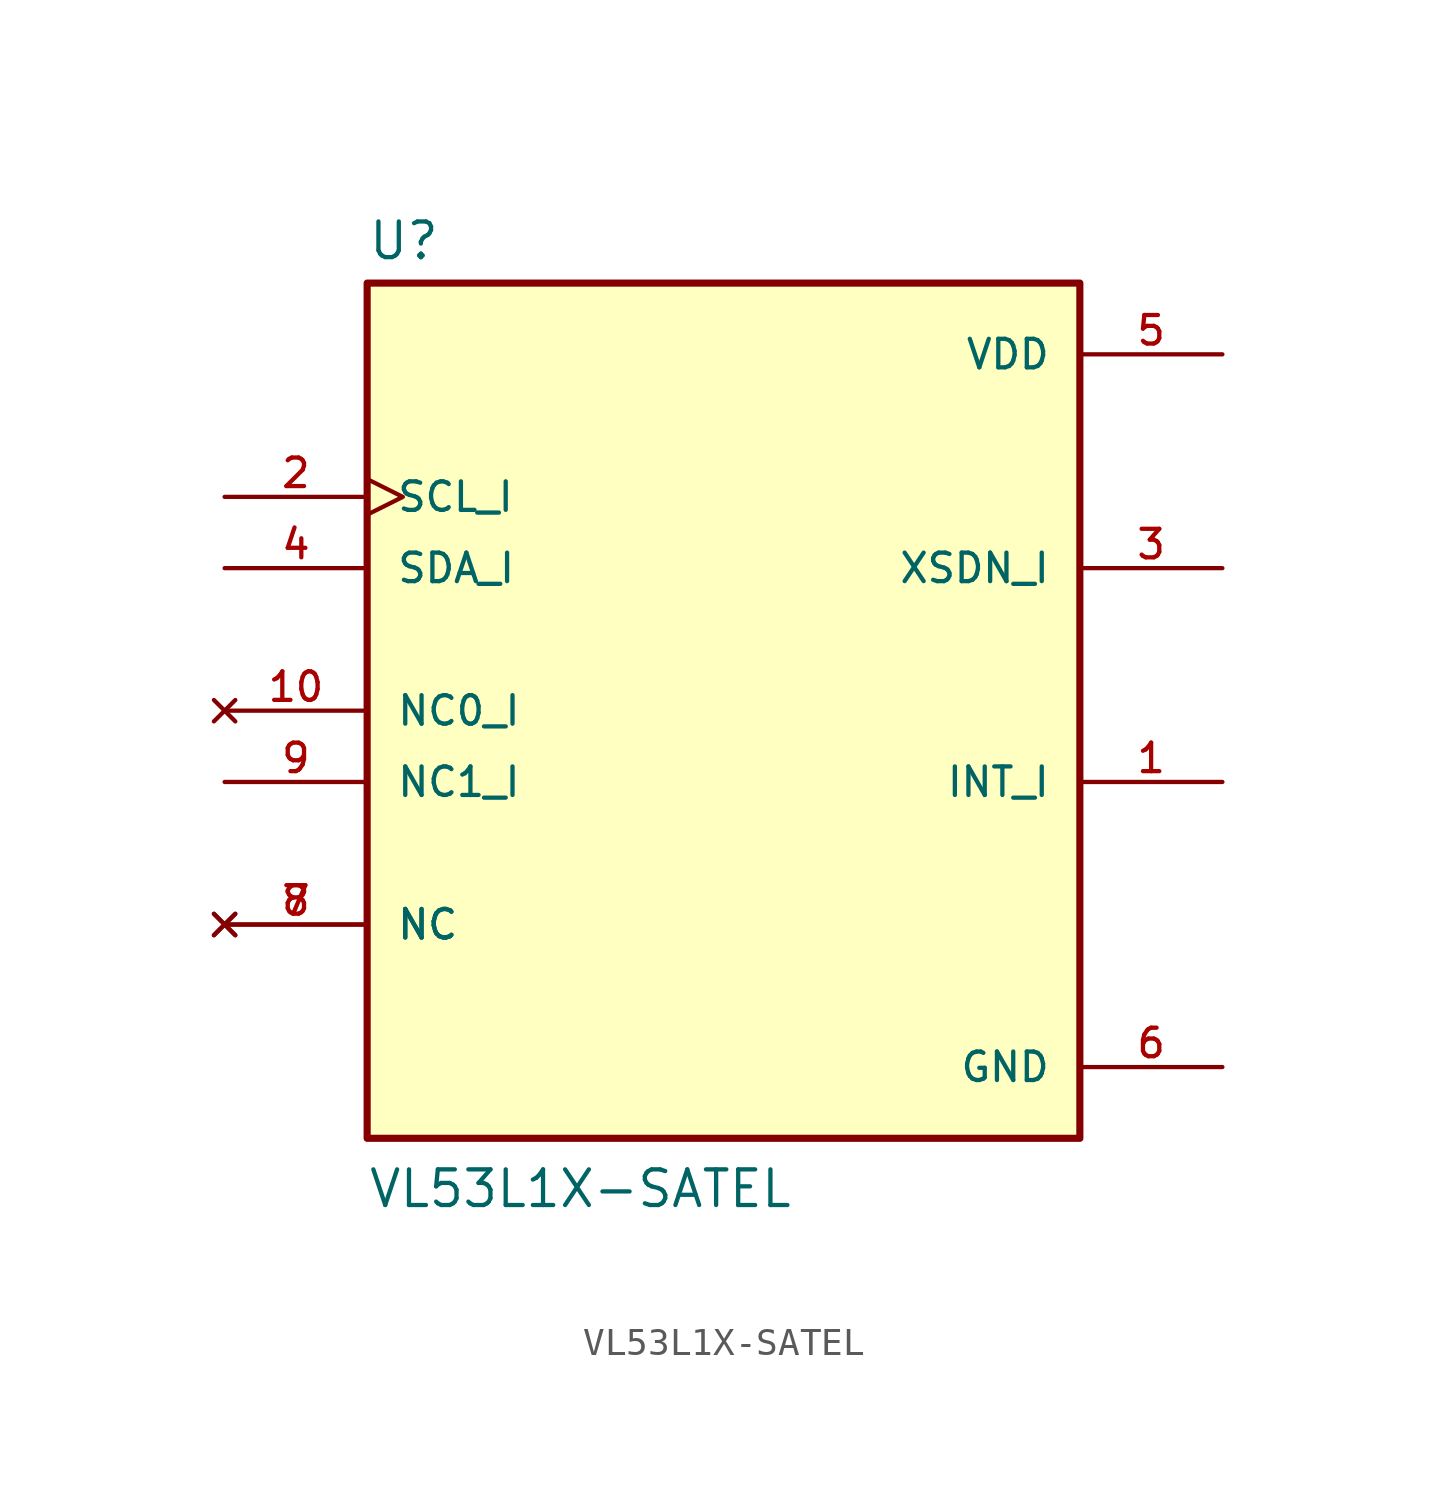
<source format=kicad_sym>
(kicad_symbol_lib
  (version 20231120)
  (generator "kicad_symbol_editor")
  (generator_version "8.0")
  (symbol "VL53L1X-SATEL"
    (pin_names
      (offset 1.016))
    (property "Reference" "U"
      (at -12.7 16.002 0)
      (effects (font (size 1.27 1.27)) (justify left bottom)))
    (property "Value" "VL53L1X-SATEL"
      (at -12.7 -17.78 0)
      (effects (font (size 1.27 1.27)) (justify left bottom)))
    (symbol "VL53L1X-SATEL_0_0"
      (rectangle (start -12.7 -15.24) (end 12.7 15.24) (stroke (width 0.254) (type default)) (fill (type background)))
      (pin output line (at 17.78 -2.54 180) (length 5.08) (name "INT_I" (effects (font (size 1.016 1.016)))) (number "1" (effects (font (size 1.016 1.016)))))
      (pin no_connect line (at -17.78 0 0) (length 5.08) (name "NC0_I" (effects (font (size 1.016 1.016)))) (number "10" (effects (font (size 1.016 1.016)))))
      (pin input clock (at -17.78 7.62 0) (length 5.08) (name "SCL_I" (effects (font (size 1.016 1.016)))) (number "2" (effects (font (size 1.016 1.016)))))
      (pin input line (at 17.78 5.08 180) (length 5.08) (name "XSDN_I" (effects (font (size 1.016 1.016)))) (number "3" (effects (font (size 1.016 1.016)))))
      (pin bidirectional line (at -17.78 5.08 0) (length 5.08) (name "SDA_I" (effects (font (size 1.016 1.016)))) (number "4" (effects (font (size 1.016 1.016)))))
      (pin power_in line (at 17.78 12.7 180) (length 5.08) (name "VDD" (effects (font (size 1.016 1.016)))) (number "5" (effects (font (size 1.016 1.016)))))
      (pin power_in line (at 17.78 -12.7 180) (length 5.08) (name "GND" (effects (font (size 1.016 1.016)))) (number "6" (effects (font (size 1.016 1.016)))))
      (pin no_connect line (at -17.78 -7.62 0) (length 5.08) (name "NC" (effects (font (size 1.016 1.016)))) (number "7" (effects (font (size 1.016 1.016)))))
      (pin no_connect line (at -17.78 -7.62 0) (length 5.08) (name "NC" (effects (font (size 1.016 1.016)))) (number "8" (effects (font (size 1.016 1.016)))))
      (pin passive line (at -17.78 -2.54 0) (length 5.08) (name "NC1_I" (effects (font (size 1.016 1.016)))) (number "9" (effects (font (size 1.016 1.016))))))))
</source>
